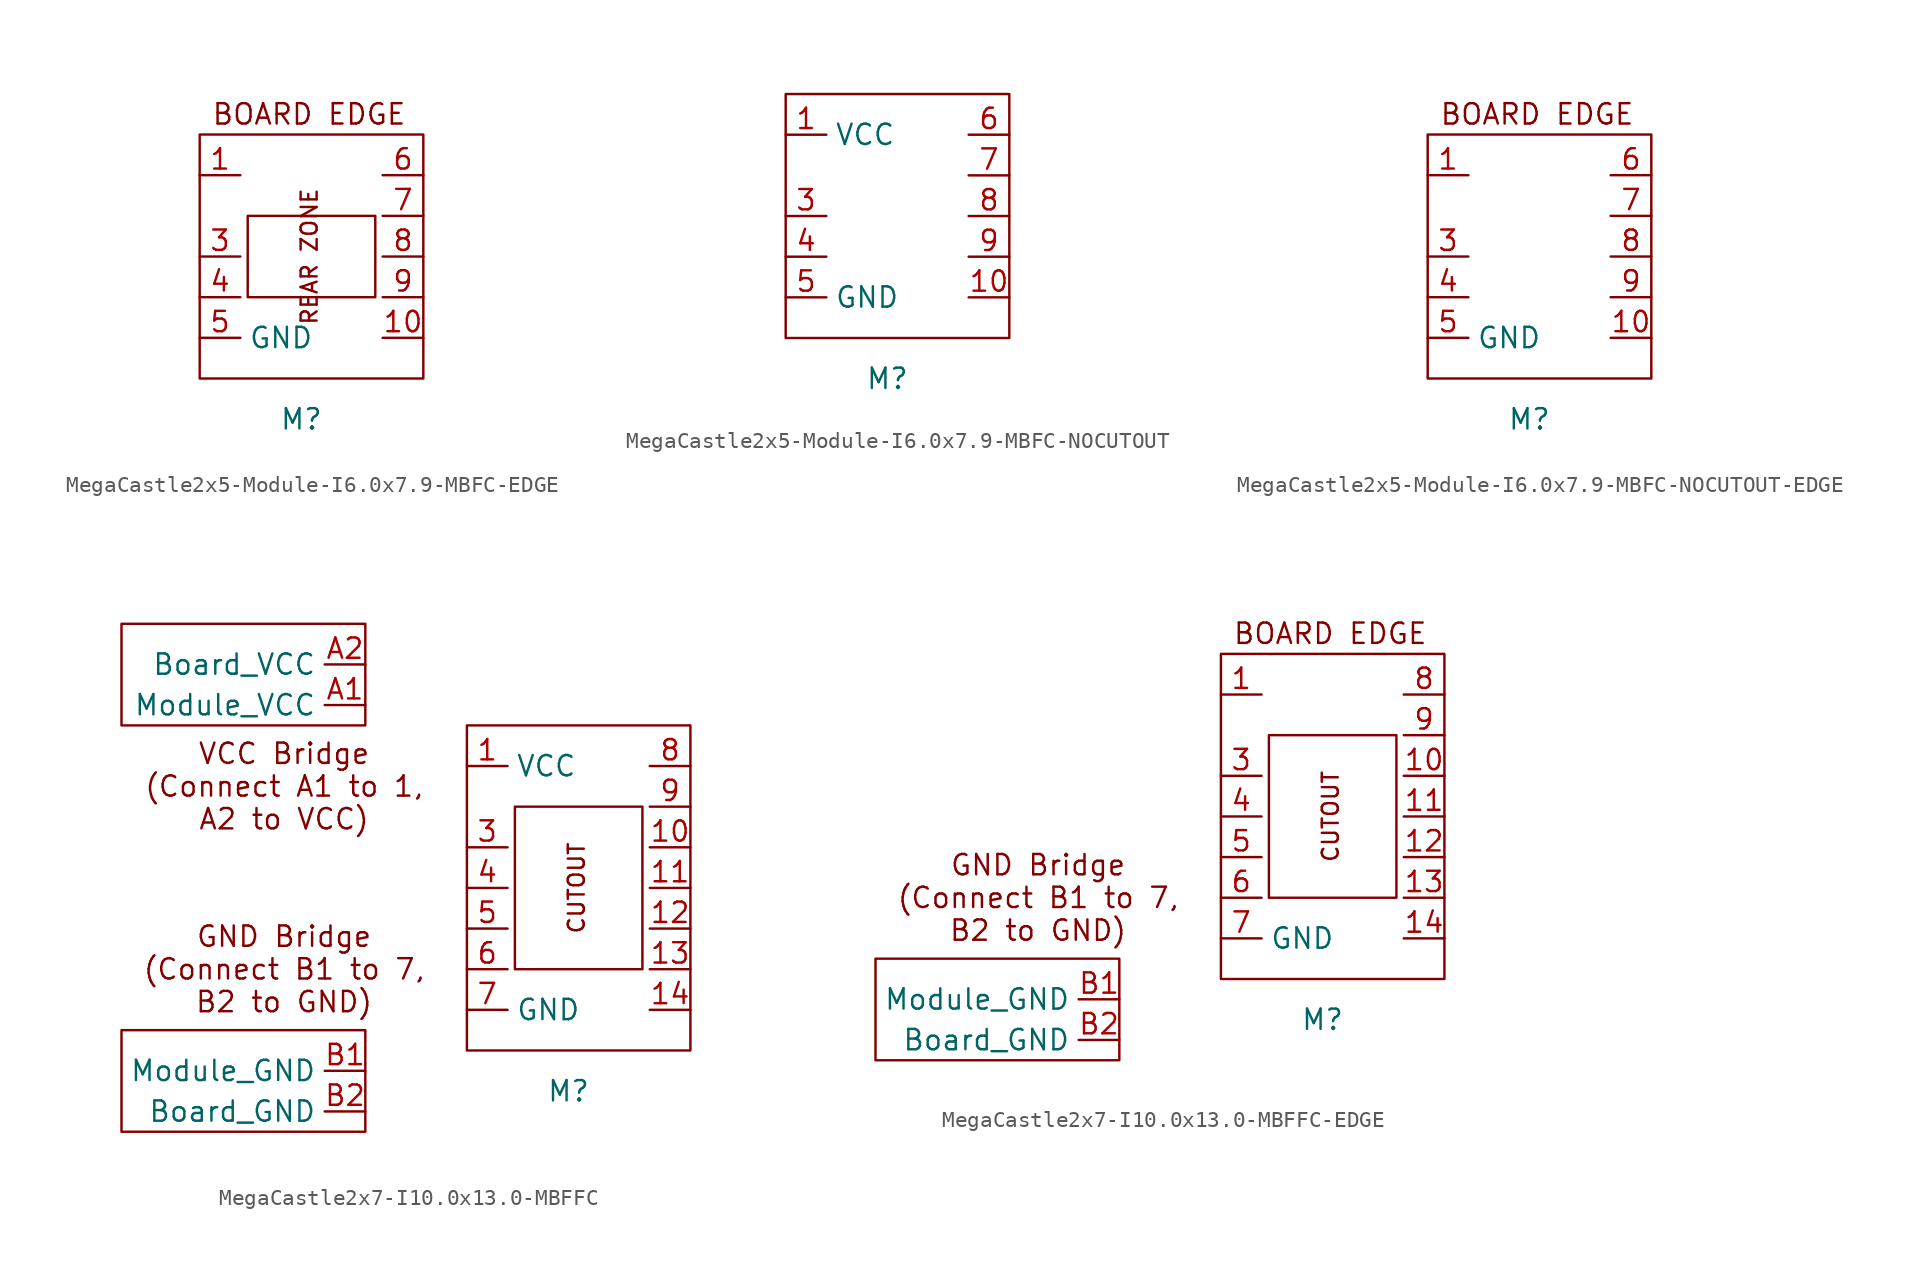
<source format=kicad_sym>
(kicad_symbol_lib
  (version 20231120)
  (generator "kicad_symbol_editor")
  (generator_version "8.0")
  (symbol "MegaCastle2x5-Module-I6.0x7.9-MBFC-EDGE"
    (property "Reference" "M"
      (at 0 -10.16 0)
      (effects (font (size 1.27 1.27))))
    (property "Value" ""
      (at 0 5.08 0)
      (effects (font (size 1.27 1.27))))
    (symbol "MegaCastle2x5-Module-I6.0x7.9-MBFC-EDGE_0_1"
      (rectangle (start -6.35 7.62) (end 7.62 -7.62) (stroke (width 0) (type default)) (fill (type none)))
      (rectangle (start -3.35 2.54) (end 4.62 -2.54) (stroke (width 0) (type default)) (fill (type none))))
    (symbol "MegaCastle2x5-Module-I6.0x7.9-MBFC-EDGE_1_1"
      (text " BOARD EDGE" (at 0 8.89 0) (effects (font (size 1.27 1.27))))
      (text "REAR ZONE" (at 0.5 0 900) (effects (font (size 1 1))))
      (pin bidirectional line (at -6.35 5.08 0) (length 2.54) (name "" (effects (font (size 1.27 1.27)))) (number "1" (effects (font (size 1.27 1.27)))))
      (pin bidirectional line (at -6.35 0 0) (length 2.54) (name "" (effects (font (size 1.27 1.27)))) (number "3" (effects (font (size 1.27 1.27)))))
      (pin bidirectional line (at -6.35 -2.54 0) (length 2.54) (name "" (effects (font (size 1.27 1.27)))) (number "4" (effects (font (size 1.27 1.27)))))
      (pin bidirectional line (at -6.35 -5.08 0) (length 2.54) (name "GND" (effects (font (size 1.27 1.27)))) (number "5" (effects (font (size 1.27 1.27)))))
      (pin bidirectional line (at 7.62 5.08 180) (length 2.54) (name "" (effects (font (size 1.27 1.27)))) (number "6" (effects (font (size 1.27 1.27)))))
      (pin bidirectional line (at 7.62 2.54 180) (length 2.54) (name "" (effects (font (size 1.27 1.27)))) (number "7" (effects (font (size 1.27 1.27)))))
      (pin bidirectional line (at 7.62 0 180) (length 2.54) (name "" (effects (font (size 1.27 1.27)))) (number "8" (effects (font (size 1.27 1.27)))))
      (pin bidirectional line (at 7.62 -2.54 180) (length 2.54) (name "" (effects (font (size 1.27 1.27)))) (number "9" (effects (font (size 1.27 1.27)))))
      (pin bidirectional line (at 7.62 -5.08 180) (length 2.54) (name "" (effects (font (size 1.27 1.27)))) (number "10" (effects (font (size 1.27 1.27)))))))
  (symbol "MegaCastle2x5-Module-I6.0x7.9-MBFC-NOCUTOUT"
    (property "Reference" "M"
      (at 0 -10.16 0)
      (effects (font (size 1.27 1.27))))
    (property "Value" ""
      (at 0 5.08 0)
      (effects (font (size 1.27 1.27))))
    (symbol "MegaCastle2x5-Module-I6.0x7.9-MBFC-NOCUTOUT_0_1"
      (rectangle (start -6.35 7.62) (end 7.62 -7.62) (stroke (width 0) (type default)) (fill (type none))))
    (symbol "MegaCastle2x5-Module-I6.0x7.9-MBFC-NOCUTOUT_1_1"
      (pin bidirectional line (at -6.35 5.08 0) (length 2.54) (name "VCC" (effects (font (size 1.27 1.27)))) (number "1" (effects (font (size 1.27 1.27)))))
      (pin bidirectional line (at -6.35 0 0) (length 2.54) (name "" (effects (font (size 1.27 1.27)))) (number "3" (effects (font (size 1.27 1.27)))))
      (pin bidirectional line (at -6.35 -2.54 0) (length 2.54) (name "" (effects (font (size 1.27 1.27)))) (number "4" (effects (font (size 1.27 1.27)))))
      (pin bidirectional line (at -6.35 -5.08 0) (length 2.54) (name "GND" (effects (font (size 1.27 1.27)))) (number "5" (effects (font (size 1.27 1.27)))))
      (pin bidirectional line (at 7.62 5.08 180) (length 2.54) (name "" (effects (font (size 1.27 1.27)))) (number "6" (effects (font (size 1.27 1.27)))))
      (pin bidirectional line (at 7.62 2.54 180) (length 2.54) (name "" (effects (font (size 1.27 1.27)))) (number "7" (effects (font (size 1.27 1.27)))))
      (pin bidirectional line (at 7.62 0 180) (length 2.54) (name "" (effects (font (size 1.27 1.27)))) (number "8" (effects (font (size 1.27 1.27)))))
      (pin bidirectional line (at 7.62 -2.54 180) (length 2.54) (name "" (effects (font (size 1.27 1.27)))) (number "9" (effects (font (size 1.27 1.27)))))
      (pin bidirectional line (at 7.62 -5.08 180) (length 2.54) (name "" (effects (font (size 1.27 1.27)))) (number "10" (effects (font (size 1.27 1.27)))))))
  (symbol "MegaCastle2x5-Module-I6.0x7.9-MBFC-NOCUTOUT-EDGE"
    (property "Reference" "M"
      (at 0 -10.16 0)
      (effects (font (size 1.27 1.27))))
    (property "Value" ""
      (at 0 5.08 0)
      (effects (font (size 1.27 1.27))))
    (symbol "MegaCastle2x5-Module-I6.0x7.9-MBFC-NOCUTOUT-EDGE_0_1"
      (rectangle (start -6.35 7.62) (end 7.62 -7.62) (stroke (width 0) (type default)) (fill (type none))))
    (symbol "MegaCastle2x5-Module-I6.0x7.9-MBFC-NOCUTOUT-EDGE_1_1"
      (text " BOARD EDGE" (at 0 8.89 0) (effects (font (size 1.27 1.27))))
      (pin bidirectional line (at -6.35 5.08 0) (length 2.54) (name "" (effects (font (size 1.27 1.27)))) (number "1" (effects (font (size 1.27 1.27)))))
      (pin bidirectional line (at -6.35 0 0) (length 2.54) (name "" (effects (font (size 1.27 1.27)))) (number "3" (effects (font (size 1.27 1.27)))))
      (pin bidirectional line (at -6.35 -2.54 0) (length 2.54) (name "" (effects (font (size 1.27 1.27)))) (number "4" (effects (font (size 1.27 1.27)))))
      (pin bidirectional line (at -6.35 -5.08 0) (length 2.54) (name "GND" (effects (font (size 1.27 1.27)))) (number "5" (effects (font (size 1.27 1.27)))))
      (pin bidirectional line (at 7.62 5.08 180) (length 2.54) (name "" (effects (font (size 1.27 1.27)))) (number "6" (effects (font (size 1.27 1.27)))))
      (pin bidirectional line (at 7.62 2.54 180) (length 2.54) (name "" (effects (font (size 1.27 1.27)))) (number "7" (effects (font (size 1.27 1.27)))))
      (pin bidirectional line (at 7.62 0 180) (length 2.54) (name "" (effects (font (size 1.27 1.27)))) (number "8" (effects (font (size 1.27 1.27)))))
      (pin bidirectional line (at 7.62 -2.54 180) (length 2.54) (name "" (effects (font (size 1.27 1.27)))) (number "9" (effects (font (size 1.27 1.27)))))
      (pin bidirectional line (at 7.62 -5.08 180) (length 2.54) (name "" (effects (font (size 1.27 1.27)))) (number "10" (effects (font (size 1.27 1.27)))))))
  (symbol "MegaCastle2x7-I10.0x13.0-MBFFC"
    (property "Reference" "M"
      (at 0 -12.7 0)
      (effects (font (size 1.27 1.27))))
    (property "Value" ""
      (at 0 5.08 0)
      (effects (font (size 1.27 1.27))))
    (symbol "MegaCastle2x7-I10.0x13.0-MBFFC_0_1"
      (rectangle (start -27.94 16.51) (end -12.7 10.16) (stroke (width 0) (type default)) (fill (type none)))
      (rectangle (start -27.94 -8.89) (end -12.7 -15.24) (stroke (width 0) (type default)) (fill (type none)))
      (rectangle (start -6.35 10.16) (end 7.62 -10.16) (stroke (width 0) (type default)) (fill (type none)))
      (rectangle (start -3.35 5.08) (end 4.62 -5.08) (stroke (width 0) (type default)) (fill (type none))))
    (symbol "MegaCastle2x7-I10.0x13.0-MBFFC_1_1"
      (text "GND Bridge\n(Connect B1 to 7,\nB2 to GND)" (at -17.78 -5.08 0) (effects (font (size 1.27 1.27))))
      (text "VCC Bridge\n(Connect A1 to 1,\nA2 to VCC)" (at -17.78 6.35 0) (effects (font (size 1.27 1.27))))
      (text "CUTOUT" (at 0.5 0 900) (effects (font (size 1 1))))
      (pin bidirectional line (at -6.35 7.62 0) (length 2.54) (name "VCC" (effects (font (size 1.27 1.27)))) (number "1" (effects (font (size 1.27 1.27)))))
      (pin bidirectional line (at -6.35 2.54 0) (length 2.54) (name "" (effects (font (size 1.27 1.27)))) (number "3" (effects (font (size 1.27 1.27)))))
      (pin bidirectional line (at -6.35 0 0) (length 2.54) (name "" (effects (font (size 1.27 1.27)))) (number "4" (effects (font (size 1.27 1.27)))))
      (pin bidirectional line (at -6.35 -2.54 0) (length 2.54) (name "" (effects (font (size 1.27 1.27)))) (number "5" (effects (font (size 1.27 1.27)))))
      (pin bidirectional line (at -6.35 -5.08 0) (length 2.54) (name "" (effects (font (size 1.27 1.27)))) (number "6" (effects (font (size 1.27 1.27)))))
      (pin bidirectional line (at -6.35 -7.62 0) (length 2.54) (name "GND" (effects (font (size 1.27 1.27)))) (number "7" (effects (font (size 1.27 1.27)))))
      (pin bidirectional line (at 7.62 7.62 180) (length 2.54) (name "" (effects (font (size 1.27 1.27)))) (number "8" (effects (font (size 1.27 1.27)))))
      (pin bidirectional line (at 7.62 5.08 180) (length 2.54) (name "" (effects (font (size 1.27 1.27)))) (number "9" (effects (font (size 1.27 1.27)))))
      (pin bidirectional line (at 7.62 2.54 180) (length 2.54) (name "" (effects (font (size 1.27 1.27)))) (number "10" (effects (font (size 1.27 1.27)))))
      (pin bidirectional line (at 7.62 0 180) (length 2.54) (name "" (effects (font (size 1.27 1.27)))) (number "11" (effects (font (size 1.27 1.27)))))
      (pin bidirectional line (at 7.62 -2.54 180) (length 2.54) (name "" (effects (font (size 1.27 1.27)))) (number "12" (effects (font (size 1.27 1.27)))))
      (pin bidirectional line (at 7.62 -5.08 180) (length 2.54) (name "" (effects (font (size 1.27 1.27)))) (number "13" (effects (font (size 1.27 1.27)))))
      (pin bidirectional line (at 7.62 -7.62 180) (length 2.54) (name "" (effects (font (size 1.27 1.27)))) (number "14" (effects (font (size 1.27 1.27)))))
      (pin bidirectional line (at -12.7 11.43 180) (length 2.54) (name "Module_VCC" (effects (font (size 1.27 1.27)))) (number "A1" (effects (font (size 1.27 1.27)))))
      (pin bidirectional line (at -12.7 13.97 180) (length 2.54) (name "Board_VCC" (effects (font (size 1.27 1.27)))) (number "A2" (effects (font (size 1.27 1.27)))))
      (pin bidirectional line (at -12.7 -11.43 180) (length 2.54) (name "Module_GND" (effects (font (size 1.27 1.27)))) (number "B1" (effects (font (size 1.27 1.27)))))
      (pin bidirectional line (at -12.7 -13.97 180) (length 2.54) (name "Board_GND" (effects (font (size 1.27 1.27)))) (number "B2" (effects (font (size 1.27 1.27)))))))
  (symbol "MegaCastle2x7-I10.0x13.0-MBFFC-EDGE"
    (property "Reference" "M"
      (at 0 -12.7 0)
      (effects (font (size 1.27 1.27))))
    (property "Value" ""
      (at 0 5.08 0)
      (effects (font (size 1.27 1.27))))
    (symbol "MegaCastle2x7-I10.0x13.0-MBFFC-EDGE_0_1"
      (rectangle (start -27.94 -8.89) (end -12.7 -15.24) (stroke (width 0) (type default)) (fill (type none)))
      (rectangle (start -6.35 10.16) (end 7.62 -10.16) (stroke (width 0) (type default)) (fill (type none)))
      (rectangle (start -3.35 5.08) (end 4.62 -5.08) (stroke (width 0) (type default)) (fill (type none))))
    (symbol "MegaCastle2x7-I10.0x13.0-MBFFC-EDGE_1_1"
      (text "GND Bridge\n(Connect B1 to 7,\nB2 to GND)" (at -17.78 -5.08 0) (effects (font (size 1.27 1.27))))
      (text " BOARD EDGE" (at 0 11.43 0) (effects (font (size 1.27 1.27))))
      (text "CUTOUT" (at 0.5 0 900) (effects (font (size 1 1))))
      (pin bidirectional line (at -6.35 7.62 0) (length 2.54) (name "" (effects (font (size 1.27 1.27)))) (number "1" (effects (font (size 1.27 1.27)))))
      (pin bidirectional line (at -6.35 2.54 0) (length 2.54) (name "" (effects (font (size 1.27 1.27)))) (number "3" (effects (font (size 1.27 1.27)))))
      (pin bidirectional line (at -6.35 0 0) (length 2.54) (name "" (effects (font (size 1.27 1.27)))) (number "4" (effects (font (size 1.27 1.27)))))
      (pin bidirectional line (at -6.35 -2.54 0) (length 2.54) (name "" (effects (font (size 1.27 1.27)))) (number "5" (effects (font (size 1.27 1.27)))))
      (pin bidirectional line (at -6.35 -5.08 0) (length 2.54) (name "" (effects (font (size 1.27 1.27)))) (number "6" (effects (font (size 1.27 1.27)))))
      (pin bidirectional line (at -6.35 -7.62 0) (length 2.54) (name "GND" (effects (font (size 1.27 1.27)))) (number "7" (effects (font (size 1.27 1.27)))))
      (pin bidirectional line (at 7.62 7.62 180) (length 2.54) (name "" (effects (font (size 1.27 1.27)))) (number "8" (effects (font (size 1.27 1.27)))))
      (pin bidirectional line (at 7.62 5.08 180) (length 2.54) (name "" (effects (font (size 1.27 1.27)))) (number "9" (effects (font (size 1.27 1.27)))))
      (pin bidirectional line (at 7.62 2.54 180) (length 2.54) (name "" (effects (font (size 1.27 1.27)))) (number "10" (effects (font (size 1.27 1.27)))))
      (pin bidirectional line (at 7.62 0 180) (length 2.54) (name "" (effects (font (size 1.27 1.27)))) (number "11" (effects (font (size 1.27 1.27)))))
      (pin bidirectional line (at 7.62 -2.54 180) (length 2.54) (name "" (effects (font (size 1.27 1.27)))) (number "12" (effects (font (size 1.27 1.27)))))
      (pin bidirectional line (at 7.62 -5.08 180) (length 2.54) (name "" (effects (font (size 1.27 1.27)))) (number "13" (effects (font (size 1.27 1.27)))))
      (pin bidirectional line (at 7.62 -7.62 180) (length 2.54) (name "" (effects (font (size 1.27 1.27)))) (number "14" (effects (font (size 1.27 1.27)))))
      (pin bidirectional line (at -12.7 -11.43 180) (length 2.54) (name "Module_GND" (effects (font (size 1.27 1.27)))) (number "B1" (effects (font (size 1.27 1.27)))))
      (pin bidirectional line (at -12.7 -13.97 180) (length 2.54) (name "Board_GND" (effects (font (size 1.27 1.27)))) (number "B2" (effects (font (size 1.27 1.27))))))))
</source>
